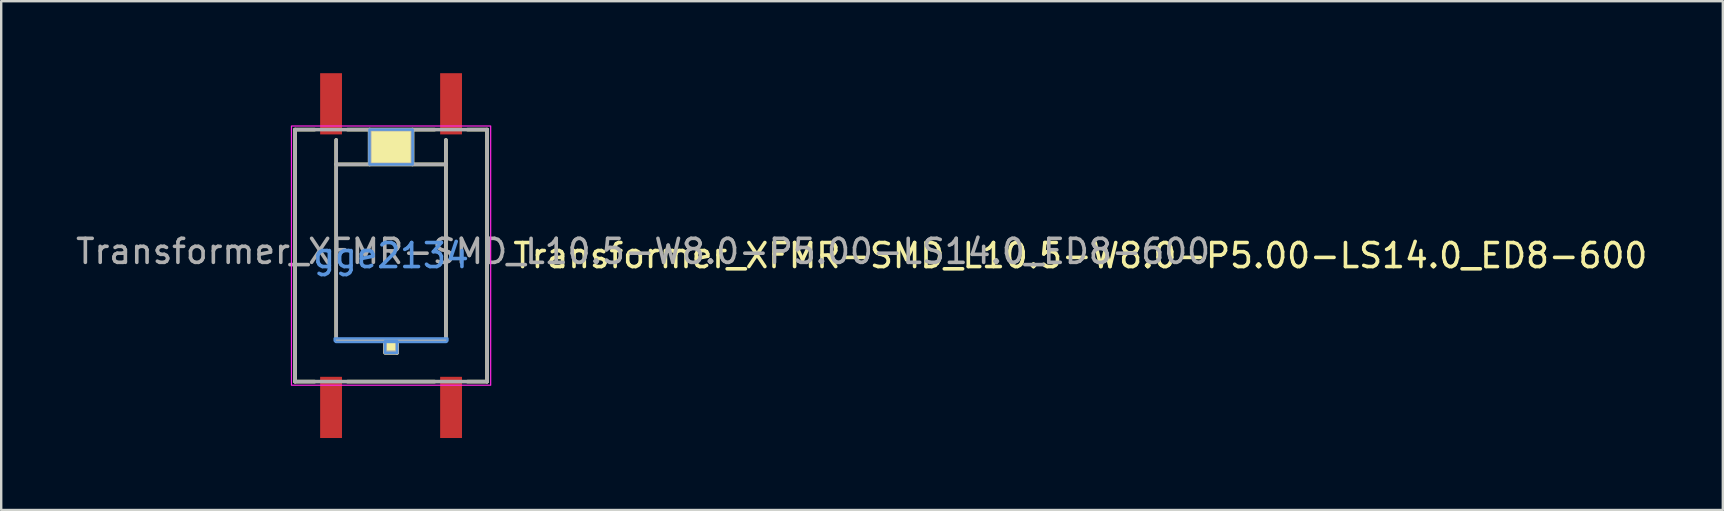
<source format=kicad_pcb>
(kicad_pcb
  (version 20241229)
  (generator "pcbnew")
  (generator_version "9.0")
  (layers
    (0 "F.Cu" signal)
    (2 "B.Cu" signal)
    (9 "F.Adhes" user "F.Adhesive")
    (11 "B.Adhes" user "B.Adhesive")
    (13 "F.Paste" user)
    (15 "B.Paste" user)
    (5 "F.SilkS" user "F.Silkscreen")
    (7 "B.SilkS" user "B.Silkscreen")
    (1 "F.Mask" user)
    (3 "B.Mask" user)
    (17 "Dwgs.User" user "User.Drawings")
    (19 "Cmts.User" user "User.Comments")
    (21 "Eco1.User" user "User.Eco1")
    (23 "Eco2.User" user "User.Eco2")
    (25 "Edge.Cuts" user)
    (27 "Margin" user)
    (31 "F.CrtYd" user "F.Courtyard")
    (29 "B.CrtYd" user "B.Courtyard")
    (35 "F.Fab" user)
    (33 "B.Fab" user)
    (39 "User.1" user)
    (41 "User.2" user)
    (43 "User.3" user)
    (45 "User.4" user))
  (footprint "Transformer_XFMR-SMD_L10.5-W8.0-P5.00-LS14.0_ED8-600"
    (layer "F.Cu")
    (at 13.244 7.6)
    (property "Reference" "Transformer_XFMR-SMD_L10.5-W8.0-P5.00-LS14.0_ED8-600" (at 5 0 0) (layer "F.SilkS") (effects (font (size 1 1) (thickness 0.15)) (justify left)))
    (attr smd)
    (fp_line (start -4 -5.25) (end -3.186 -5.25) (stroke (width 0.15) (type solid)) (layer "F.SilkS"))
    (fp_line (start -4 5.25) (end -4 -5.25) (stroke (width 0.15) (type solid)) (layer "F.SilkS"))
    (fp_line (start -3.186 5.25) (end -4 5.25) (stroke (width 0.15) (type solid)) (layer "F.SilkS"))
    (fp_line (start -2.286 -4.819) (end -2.286 3.55) (stroke (width 0.15) (type solid)) (layer "F.SilkS"))
    (fp_line (start -2.286 3.55) (end 2.286 3.55) (stroke (width 0.15) (type solid)) (layer "F.SilkS"))
    (fp_line (start -1.814 -5.25) (end 1.814 -5.25) (stroke (width 0.15) (type solid)) (layer "F.SilkS"))
    (fp_line (start -0.891 -3.8) (end -0.891 -5.25) (stroke (width 0.15) (type solid)) (layer "F.SilkS"))
    (fp_line (start -0.25 3.55) (end -0.25 4) (stroke (width 0.15) (type solid)) (layer "F.SilkS"))
    (fp_line (start -0.25 4.05) (end 0.25 4.05) (stroke (width 0.15) (type solid)) (layer "F.SilkS"))
    (fp_line (start 0.25 4.05) (end 0.25 3.55) (stroke (width 0.15) (type solid)) (layer "F.SilkS"))
    (fp_line (start 0.891 -3.8) (end 0.891 -5.25) (stroke (width 0.15) (type solid)) (layer "F.SilkS"))
    (fp_line (start 1.814 5.25) (end -1.814 5.25) (stroke (width 0.15) (type solid)) (layer "F.SilkS"))
    (fp_line (start 2.286 -3.8) (end -2.286 -3.8) (stroke (width 0.15) (type solid)) (layer "F.SilkS"))
    (fp_line (start 2.286 3.55) (end 2.286 -4.819) (stroke (width 0.15) (type solid)) (layer "F.SilkS"))
    (fp_line (start 3.186 -5.25) (end 4 -5.25) (stroke (width 0.15) (type solid)) (layer "F.SilkS"))
    (fp_line (start 4 -5.25) (end 4 5.25) (stroke (width 0.15) (type solid)) (layer "F.SilkS"))
    (fp_line (start 4 5.25) (end 3.186 5.25) (stroke (width 0.15) (type solid)) (layer "F.SilkS"))
    (fp_poly (pts (xy -0.9 -3.8) (xy -0.9 -5.25) (xy 0.9 -5.25) (xy 0.9 -3.8)) (stroke (width 0) (type solid)) (fill yes) (layer "F.SilkS"))
    (fp_poly (pts (xy -0.25 4) (xy 0.25 4) (xy 0.25 3.55) (xy -0.25 3.55)) (stroke (width 0) (type solid)) (fill yes) (layer "F.SilkS"))
    (fp_poly (pts (xy -0.9 -3.8) (xy -0.9 -5.25) (xy 0.9 -5.25) (xy 0.9 -3.8)) (stroke (width 0.1) (type solid)) (fill no) (layer "Cmts.User"))
    (fp_poly (pts (xy -0.25 4.05) (xy -0.25 3.55) (xy 0.25 3.55) (xy 0.25 4.05)) (stroke (width 0.1) (type solid)) (fill no) (layer "Cmts.User"))
    (fp_poly (pts (xy 2.2 3.45) (xy -2.35 3.45) (xy -2.35 3.55) (xy -2.3 3.6) (xy 2.3 3.6) (xy 2.35 3.55) (xy 2.35 3.45)) (stroke (width 0.1) (type solid)) (fill no) (layer "Cmts.User"))
    (fp_rect (start -4.15 -5.4) (end 4.15 5.4) (stroke (width 0.05) (type default)) (fill no) (layer "F.CrtYd"))
    (fp_line (start -4 -5.25) (end 4 -5.25) (stroke (width 0.15) (type solid)) (layer "F.Fab"))
    (fp_line (start -4 5.25) (end -4 -5.25) (stroke (width 0.15) (type solid)) (layer "F.Fab"))
    (fp_line (start -2.286 -4.819) (end -2.286 3.55) (stroke (width 0.15) (type solid)) (layer "F.Fab"))
    (fp_line (start -2.286 3.55) (end 2.286 3.55) (stroke (width 0.15) (type solid)) (layer "F.Fab"))
    (fp_line (start -0.891 -3.8) (end -0.891 -5.25) (stroke (width 0.15) (type solid)) (layer "F.Fab"))
    (fp_line (start -0.25 3.55) (end -0.25 4) (stroke (width 0.15) (type solid)) (layer "F.Fab"))
    (fp_line (start -0.25 4.05) (end 0.25 4.05) (stroke (width 0.15) (type solid)) (layer "F.Fab"))
    (fp_line (start 0.25 4.05) (end 0.25 3.55) (stroke (width 0.15) (type solid)) (layer "F.Fab"))
    (fp_line (start 0.891 -3.8) (end 0.891 -5.25) (stroke (width 0.15) (type solid)) (layer "F.Fab"))
    (fp_line (start 2.286 -3.8) (end -2.286 -3.8) (stroke (width 0.15) (type solid)) (layer "F.Fab"))
    (fp_line (start 2.286 3.55) (end 2.286 -4.819) (stroke (width 0.15) (type solid)) (layer "F.Fab"))
    (fp_line (start 4 -5.25) (end 4 5.25) (stroke (width 0.15) (type solid)) (layer "F.Fab"))
    (fp_line (start 4 5.25) (end -4 5.25) (stroke (width 0.15) (type solid)) (layer "F.Fab"))
    (fp_poly (pts (xy -0.9 -3.8) (xy -0.9 -5.25) (xy 0.9 -5.25) (xy 0.9 -3.8)) (stroke (width 0.1) (type solid)) (fill no) (layer "F.Fab"))
    (fp_poly (pts (xy -0.25 4) (xy 0.25 4) (xy 0.25 3.55) (xy -0.25 3.55)) (stroke (width 0.1) (type solid)) (fill no) (layer "F.Fab"))
    (fp_text user "gge2134" (at 0 0 0) (layer "Cmts.User") (effects (font (size 1 1) (thickness 0.15))))
    (fp_text user "${REFERENCE}" (at 10.5 -0.175 0) (unlocked yes) (layer "F.Fab") (effects (font (size 1 1) (thickness 0.15))))
    (pad "1" smd rect (at -2.5 6.325) (size 0.91 2.55) (layers "F.Cu" "F.Mask" "F.Paste"))
    (pad "2" smd rect (at 2.5 6.325) (size 0.91 2.55) (layers "F.Cu" "F.Mask" "F.Paste"))
    (pad "3" smd rect (at 2.5 -6.325) (size 0.91 2.55) (layers "F.Cu" "F.Mask" "F.Paste"))
    (pad "4" smd rect (at -2.5 -6.325) (size 0.91 2.55) (layers "F.Cu" "F.Mask" "F.Paste")))
  (gr_rect
    (start -3 -3)
    (end 68.732 18.2)
    (stroke (width 0.1) (type default))
    (fill no)
    (layer "Edge.Cuts")))
</source>
